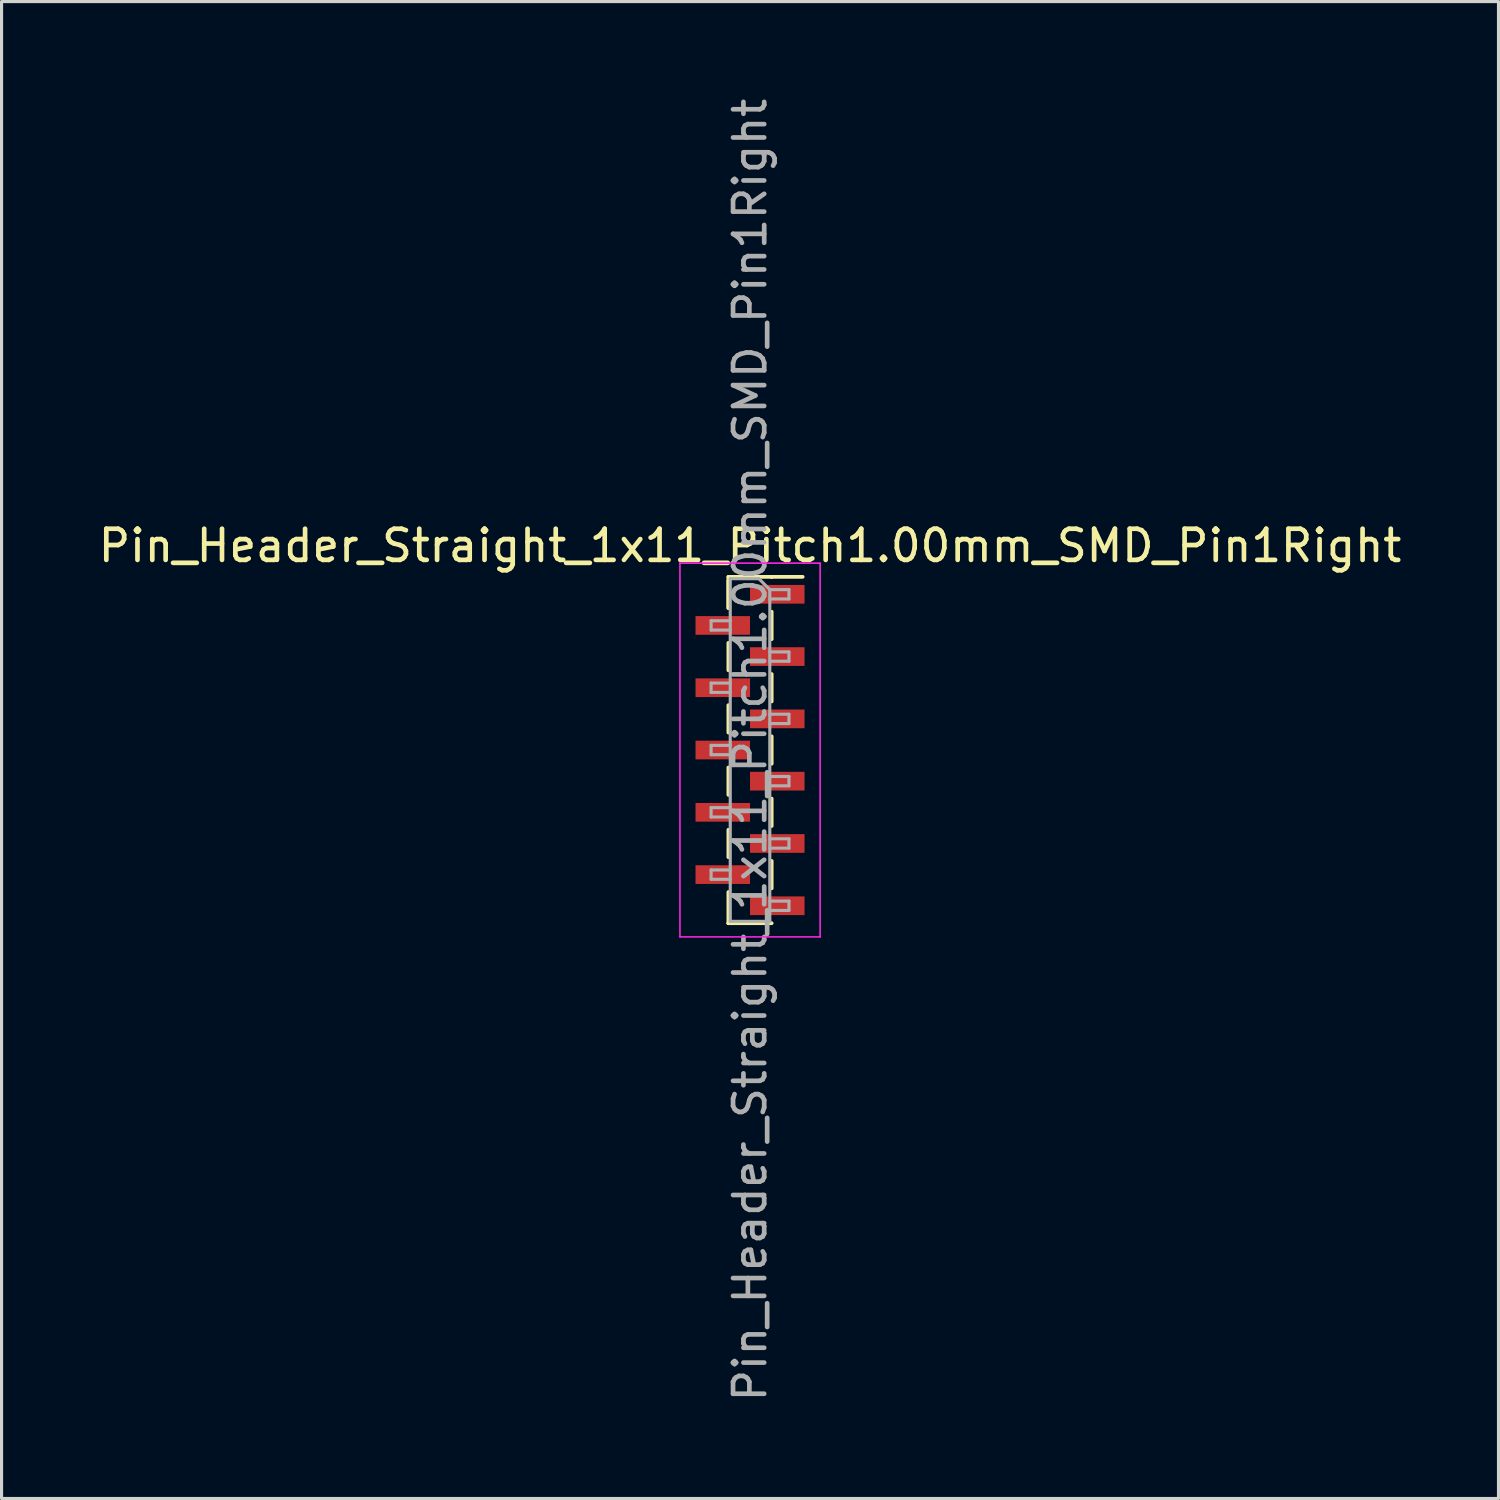
<source format=kicad_pcb>
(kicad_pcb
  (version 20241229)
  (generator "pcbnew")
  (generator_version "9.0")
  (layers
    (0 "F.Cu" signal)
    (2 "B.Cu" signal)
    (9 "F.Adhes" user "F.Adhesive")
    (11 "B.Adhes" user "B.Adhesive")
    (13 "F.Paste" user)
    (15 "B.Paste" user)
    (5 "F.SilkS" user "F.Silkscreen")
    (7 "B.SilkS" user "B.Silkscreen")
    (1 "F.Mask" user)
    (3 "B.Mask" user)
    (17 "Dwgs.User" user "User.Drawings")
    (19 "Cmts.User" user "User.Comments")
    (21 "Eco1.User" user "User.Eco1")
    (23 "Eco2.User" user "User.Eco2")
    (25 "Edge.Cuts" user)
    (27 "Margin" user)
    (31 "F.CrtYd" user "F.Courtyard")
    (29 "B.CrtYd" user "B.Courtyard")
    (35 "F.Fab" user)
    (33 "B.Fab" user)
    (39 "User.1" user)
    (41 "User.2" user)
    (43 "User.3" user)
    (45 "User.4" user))
  (footprint "Pin_Header_Straight_1x11_Pitch1.00mm_SMD_Pin1Right"
    (layer "F.Cu")
    (at 21.03 21.03)
    (property "Reference" "Pin_Header_Straight_1x11_Pitch1.00mm_SMD_Pin1Right" (at 0 -6.56 0) (layer "F.SilkS") (effects (font (size 1 1) (thickness 0.15))))
    (attr smd)
    (fp_line (start -0.695 -5.56) (end -0.695 -4.56) (stroke (width 0.12) (type solid)) (layer "F.SilkS"))
    (fp_line (start -0.695 -5.56) (end 0.695 -5.56) (stroke (width 0.12) (type solid)) (layer "F.SilkS"))
    (fp_line (start -0.695 -5.44) (end -0.695 -4.56) (stroke (width 0.12) (type solid)) (layer "F.SilkS"))
    (fp_line (start -0.695 -3.44) (end -0.695 -2.56) (stroke (width 0.12) (type solid)) (layer "F.SilkS"))
    (fp_line (start -0.695 -1.44) (end -0.695 -0.56) (stroke (width 0.12) (type solid)) (layer "F.SilkS"))
    (fp_line (start -0.695 0.56) (end -0.695 1.44) (stroke (width 0.12) (type solid)) (layer "F.SilkS"))
    (fp_line (start -0.695 2.56) (end -0.695 3.44) (stroke (width 0.12) (type solid)) (layer "F.SilkS"))
    (fp_line (start -0.695 4.56) (end -0.695 5.56) (stroke (width 0.12) (type solid)) (layer "F.SilkS"))
    (fp_line (start -0.695 5.56) (end -0.695 5.56) (stroke (width 0.12) (type solid)) (layer "F.SilkS"))
    (fp_line (start -0.695 5.56) (end 0.695 5.56) (stroke (width 0.12) (type solid)) (layer "F.SilkS"))
    (fp_line (start 0.695 -5.56) (end 0.695 -5.56) (stroke (width 0.12) (type solid)) (layer "F.SilkS"))
    (fp_line (start 0.695 -5.56) (end 1.69 -5.56) (stroke (width 0.12) (type solid)) (layer "F.SilkS"))
    (fp_line (start 0.695 -4.44) (end 0.695 -3.56) (stroke (width 0.12) (type solid)) (layer "F.SilkS"))
    (fp_line (start 0.695 -2.44) (end 0.695 -1.56) (stroke (width 0.12) (type solid)) (layer "F.SilkS"))
    (fp_line (start 0.695 -0.44) (end 0.695 0.44) (stroke (width 0.12) (type solid)) (layer "F.SilkS"))
    (fp_line (start 0.695 1.56) (end 0.695 2.44) (stroke (width 0.12) (type solid)) (layer "F.SilkS"))
    (fp_line (start 0.695 3.56) (end 0.695 4.44) (stroke (width 0.12) (type solid)) (layer "F.SilkS"))
    (fp_line (start -2.25 -6) (end -2.25 6) (stroke (width 0.05) (type solid)) (layer "F.CrtYd"))
    (fp_line (start -2.25 6) (end 2.25 6) (stroke (width 0.05) (type solid)) (layer "F.CrtYd"))
    (fp_line (start 2.25 -6) (end -2.25 -6) (stroke (width 0.05) (type solid)) (layer "F.CrtYd"))
    (fp_line (start 2.25 6) (end 2.25 -6) (stroke (width 0.05) (type solid)) (layer "F.CrtYd"))
    (fp_line (start -1.25 -4.15) (end -1.25 -3.85) (stroke (width 0.1) (type solid)) (layer "F.Fab"))
    (fp_line (start -1.25 -3.85) (end -0.635 -3.85) (stroke (width 0.1) (type solid)) (layer "F.Fab"))
    (fp_line (start -1.25 -2.15) (end -1.25 -1.85) (stroke (width 0.1) (type solid)) (layer "F.Fab"))
    (fp_line (start -1.25 -1.85) (end -0.635 -1.85) (stroke (width 0.1) (type solid)) (layer "F.Fab"))
    (fp_line (start -1.25 -0.15) (end -1.25 0.15) (stroke (width 0.1) (type solid)) (layer "F.Fab"))
    (fp_line (start -1.25 0.15) (end -0.635 0.15) (stroke (width 0.1) (type solid)) (layer "F.Fab"))
    (fp_line (start -1.25 1.85) (end -1.25 2.15) (stroke (width 0.1) (type solid)) (layer "F.Fab"))
    (fp_line (start -1.25 2.15) (end -0.635 2.15) (stroke (width 0.1) (type solid)) (layer "F.Fab"))
    (fp_line (start -1.25 3.85) (end -1.25 4.15) (stroke (width 0.1) (type solid)) (layer "F.Fab"))
    (fp_line (start -1.25 4.15) (end -0.635 4.15) (stroke (width 0.1) (type solid)) (layer "F.Fab"))
    (fp_line (start -0.635 -5.5) (end -0.635 5.5) (stroke (width 0.1) (type solid)) (layer "F.Fab"))
    (fp_line (start -0.635 -5.5) (end 0.285 -5.5) (stroke (width 0.1) (type solid)) (layer "F.Fab"))
    (fp_line (start -0.635 -4.15) (end -1.25 -4.15) (stroke (width 0.1) (type solid)) (layer "F.Fab"))
    (fp_line (start -0.635 -2.15) (end -1.25 -2.15) (stroke (width 0.1) (type solid)) (layer "F.Fab"))
    (fp_line (start -0.635 -0.15) (end -1.25 -0.15) (stroke (width 0.1) (type solid)) (layer "F.Fab"))
    (fp_line (start -0.635 1.85) (end -1.25 1.85) (stroke (width 0.1) (type solid)) (layer "F.Fab"))
    (fp_line (start -0.635 3.85) (end -1.25 3.85) (stroke (width 0.1) (type solid)) (layer "F.Fab"))
    (fp_line (start 0.635 -5.15) (end 0.285 -5.5) (stroke (width 0.1) (type solid)) (layer "F.Fab"))
    (fp_line (start 0.635 -5.15) (end 1.25 -5.15) (stroke (width 0.1) (type solid)) (layer "F.Fab"))
    (fp_line (start 0.635 -3.15) (end 1.25 -3.15) (stroke (width 0.1) (type solid)) (layer "F.Fab"))
    (fp_line (start 0.635 -1.15) (end 1.25 -1.15) (stroke (width 0.1) (type solid)) (layer "F.Fab"))
    (fp_line (start 0.635 0.85) (end 1.25 0.85) (stroke (width 0.1) (type solid)) (layer "F.Fab"))
    (fp_line (start 0.635 2.85) (end 1.25 2.85) (stroke (width 0.1) (type solid)) (layer "F.Fab"))
    (fp_line (start 0.635 4.85) (end 1.25 4.85) (stroke (width 0.1) (type solid)) (layer "F.Fab"))
    (fp_line (start 0.635 5.5) (end -0.635 5.5) (stroke (width 0.1) (type solid)) (layer "F.Fab"))
    (fp_line (start 0.635 5.5) (end 0.635 -5.15) (stroke (width 0.1) (type solid)) (layer "F.Fab"))
    (fp_line (start 1.25 -5.15) (end 1.25 -4.85) (stroke (width 0.1) (type solid)) (layer "F.Fab"))
    (fp_line (start 1.25 -4.85) (end 0.635 -4.85) (stroke (width 0.1) (type solid)) (layer "F.Fab"))
    (fp_line (start 1.25 -3.15) (end 1.25 -2.85) (stroke (width 0.1) (type solid)) (layer "F.Fab"))
    (fp_line (start 1.25 -2.85) (end 0.635 -2.85) (stroke (width 0.1) (type solid)) (layer "F.Fab"))
    (fp_line (start 1.25 -1.15) (end 1.25 -0.85) (stroke (width 0.1) (type solid)) (layer "F.Fab"))
    (fp_line (start 1.25 -0.85) (end 0.635 -0.85) (stroke (width 0.1) (type solid)) (layer "F.Fab"))
    (fp_line (start 1.25 0.85) (end 1.25 1.15) (stroke (width 0.1) (type solid)) (layer "F.Fab"))
    (fp_line (start 1.25 1.15) (end 0.635 1.15) (stroke (width 0.1) (type solid)) (layer "F.Fab"))
    (fp_line (start 1.25 2.85) (end 1.25 3.15) (stroke (width 0.1) (type solid)) (layer "F.Fab"))
    (fp_line (start 1.25 3.15) (end 0.635 3.15) (stroke (width 0.1) (type solid)) (layer "F.Fab"))
    (fp_line (start 1.25 4.85) (end 1.25 5.15) (stroke (width 0.1) (type solid)) (layer "F.Fab"))
    (fp_line (start 1.25 5.15) (end 0.635 5.15) (stroke (width 0.1) (type solid)) (layer "F.Fab"))
    (fp_text user "${REFERENCE}" (at 0 0 90) (layer "F.Fab") (effects (font (size 1 1) (thickness 0.15))))
    (pad "1" smd rect (at 0.875 -5) (size 1.75 0.6) (layers "F.Cu" "F.Mask" "F.Paste"))
    (pad "2" smd rect (at -0.875 -4) (size 1.75 0.6) (layers "F.Cu" "F.Mask" "F.Paste"))
    (pad "3" smd rect (at 0.875 -3) (size 1.75 0.6) (layers "F.Cu" "F.Mask" "F.Paste"))
    (pad "4" smd rect (at -0.875 -2) (size 1.75 0.6) (layers "F.Cu" "F.Mask" "F.Paste"))
    (pad "5" smd rect (at 0.875 -1) (size 1.75 0.6) (layers "F.Cu" "F.Mask" "F.Paste"))
    (pad "6" smd rect (at -0.875 0) (size 1.75 0.6) (layers "F.Cu" "F.Mask" "F.Paste"))
    (pad "7" smd rect (at 0.875 1) (size 1.75 0.6) (layers "F.Cu" "F.Mask" "F.Paste"))
    (pad "8" smd rect (at -0.875 2) (size 1.75 0.6) (layers "F.Cu" "F.Mask" "F.Paste"))
    (pad "9" smd rect (at 0.875 3) (size 1.75 0.6) (layers "F.Cu" "F.Mask" "F.Paste"))
    (pad "10" smd rect (at -0.875 4) (size 1.75 0.6) (layers "F.Cu" "F.Mask" "F.Paste"))
    (pad "11" smd rect (at 0.875 5) (size 1.75 0.6) (layers "F.Cu" "F.Mask" "F.Paste")))
  (gr_rect
    (start -3 -3)
    (end 45.06 45.06)
    (stroke (width 0.1) (type default))
    (fill no)
    (layer "Edge.Cuts")))
</source>
